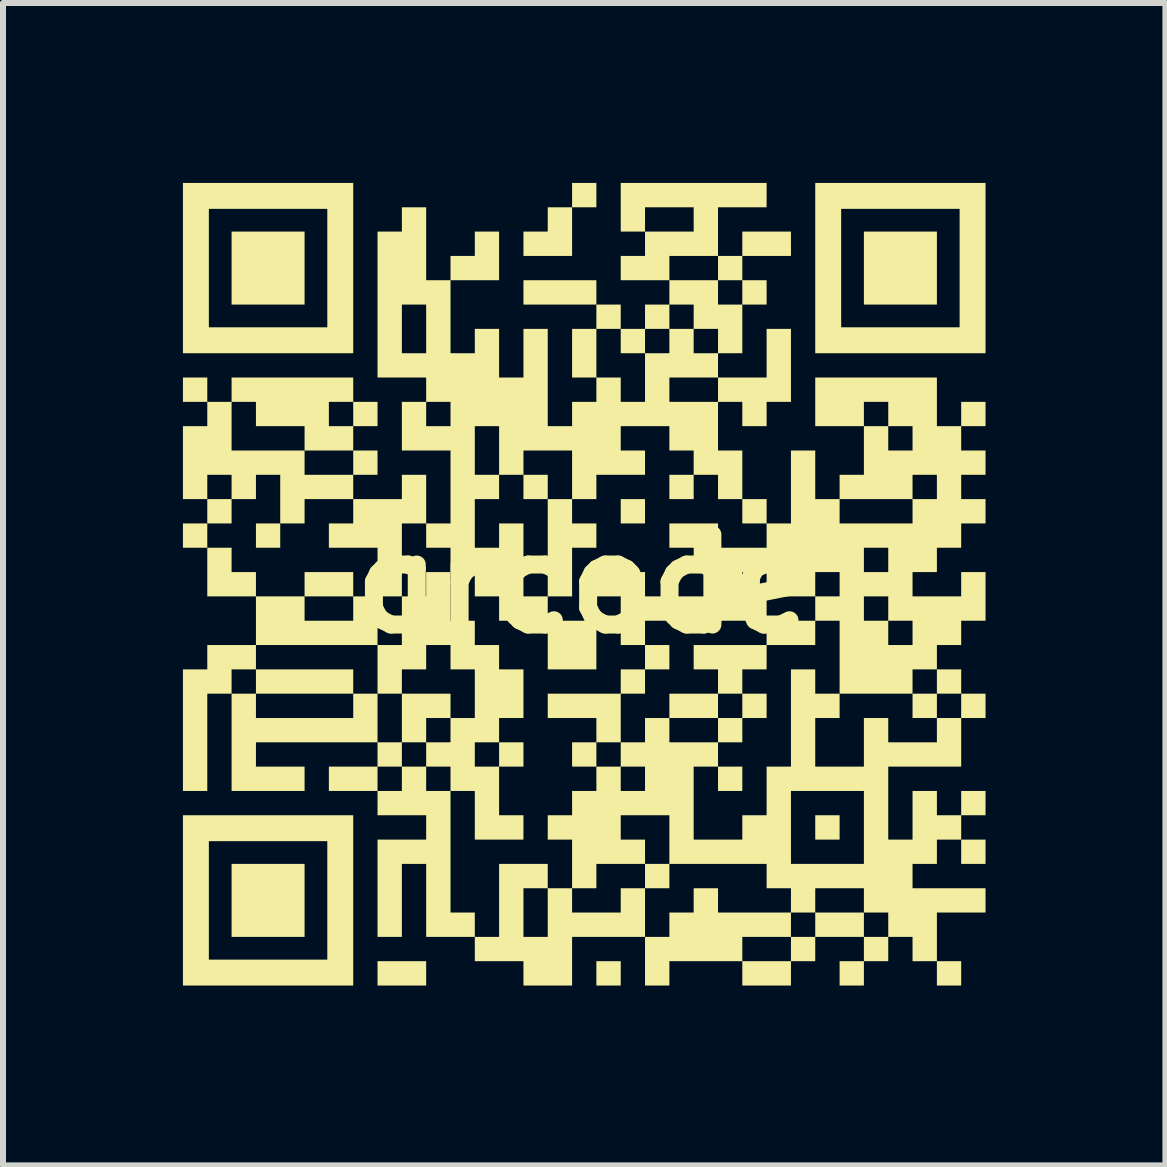
<source format=kicad_pcb>
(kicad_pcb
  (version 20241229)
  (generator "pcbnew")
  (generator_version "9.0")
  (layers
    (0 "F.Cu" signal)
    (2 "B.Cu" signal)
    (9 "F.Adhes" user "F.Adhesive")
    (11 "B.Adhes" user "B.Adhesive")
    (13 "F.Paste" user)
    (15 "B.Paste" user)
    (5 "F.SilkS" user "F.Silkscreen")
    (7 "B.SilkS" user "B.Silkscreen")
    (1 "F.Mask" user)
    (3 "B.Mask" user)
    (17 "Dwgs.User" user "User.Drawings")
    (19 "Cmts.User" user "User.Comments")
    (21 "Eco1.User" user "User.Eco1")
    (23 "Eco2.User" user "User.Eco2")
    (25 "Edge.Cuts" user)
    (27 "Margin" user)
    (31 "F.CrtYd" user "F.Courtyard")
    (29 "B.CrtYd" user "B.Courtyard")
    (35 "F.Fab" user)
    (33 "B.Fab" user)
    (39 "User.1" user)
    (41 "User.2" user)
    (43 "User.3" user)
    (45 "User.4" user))
  (footprint "qrcode"
    (layer "F.Cu")
    (at 6.684 6.684)
    (property "Reference" "qrcode" (at 0 0 0) (layer "F.SilkS") (effects (font (size 1.5 1.5) (thickness 0.3))))
    (attr board_only exclude_from_pos_files exclude_from_bom)
    (fp_poly (pts (xy -5.062 -0.804) (xy -5.062 -0.602) (xy -5.264 -0.602) (xy -5.467 -0.602) (xy -5.467 -0.804) (xy -5.467 -1.007) (xy -5.264 -1.007) (xy -5.062 -1.007)) (stroke (width 0) (type solid)) (fill yes) (layer "F.SilkS"))
    (fp_poly (pts (xy -4.656 -5.264) (xy -4.656 -4.656) (xy -5.264 -4.656) (xy -5.873 -4.656) (xy -5.873 -5.264) (xy -5.873 -5.873) (xy -5.264 -5.873) (xy -4.656 -5.873)) (stroke (width 0) (type solid)) (fill yes) (layer "F.SilkS"))
    (fp_poly (pts (xy -4.656 5.277) (xy -4.656 5.886) (xy -5.264 5.886) (xy -5.873 5.886) (xy -5.873 5.277) (xy -5.873 4.669) (xy -5.264 4.669) (xy -4.656 4.669)) (stroke (width 0) (type solid)) (fill yes) (layer "F.SilkS"))
    (fp_poly (pts (xy -3.845 0.007) (xy -3.845 0.209) (xy -4.251 0.209) (xy -4.656 0.209) (xy -4.656 0.007) (xy -4.656 -0.196) (xy -4.251 -0.196) (xy -3.845 -0.196)) (stroke (width 0) (type solid)) (fill yes) (layer "F.SilkS"))
    (fp_poly (pts (xy -3.845 1.628) (xy -3.845 1.831) (xy -4.656 1.831) (xy -5.467 1.831) (xy -5.467 1.628) (xy -5.467 1.426) (xy -4.656 1.426) (xy -3.845 1.426)) (stroke (width 0) (type solid)) (fill yes) (layer "F.SilkS"))
    (fp_poly (pts (xy -2.629 6.494) (xy -2.629 6.697) (xy -3.034 6.697) (xy -3.44 6.697) (xy -3.44 6.494) (xy -3.44 6.291) (xy -3.034 6.291) (xy -2.629 6.291)) (stroke (width 0) (type solid)) (fill yes) (layer "F.SilkS"))
    (fp_poly (pts (xy -0.602 -1.615) (xy -0.602 -1.413) (xy -0.804 -1.413) (xy -1.007 -1.413) (xy -1.007 -1.615) (xy -1.007 -1.818) (xy -0.804 -1.818) (xy -0.602 -1.818)) (stroke (width 0) (type solid)) (fill yes) (layer "F.SilkS"))
    (fp_poly (pts (xy 0.209 -4.859) (xy 0.209 -4.656) (xy -0.399 -4.656) (xy -1.007 -4.656) (xy -1.007 -4.859) (xy -1.007 -5.062) (xy -0.399 -5.062) (xy 0.209 -5.062)) (stroke (width 0) (type solid)) (fill yes) (layer "F.SilkS"))
    (fp_poly (pts (xy 0.209 1.02) (xy 0.209 1.426) (xy -0.196 1.426) (xy -0.602 1.426) (xy -0.602 1.02) (xy -0.602 0.615) (xy -0.196 0.615) (xy 0.209 0.615)) (stroke (width 0) (type solid)) (fill yes) (layer "F.SilkS"))
    (fp_poly (pts (xy 0.615 6.494) (xy 0.615 6.697) (xy 0.412 6.697) (xy 0.209 6.697) (xy 0.209 6.494) (xy 0.209 6.291) (xy 0.412 6.291) (xy 0.615 6.291)) (stroke (width 0) (type solid)) (fill yes) (layer "F.SilkS"))
    (fp_poly (pts (xy 1.02 -1.21) (xy 1.02 -1.007) (xy 0.817 -1.007) (xy 0.615 -1.007) (xy 0.615 -1.21) (xy 0.615 -1.413) (xy 0.817 -1.413) (xy 1.02 -1.413)) (stroke (width 0) (type solid)) (fill yes) (layer "F.SilkS"))
    (fp_poly (pts (xy 1.426 4.872) (xy 1.426 5.075) (xy 1.223 5.075) (xy 1.02 5.075) (xy 1.02 4.872) (xy 1.02 4.669) (xy 1.223 4.669) (xy 1.426 4.669)) (stroke (width 0) (type solid)) (fill yes) (layer "F.SilkS"))
    (fp_poly (pts (xy 1.831 -1.615) (xy 1.831 -1.413) (xy 1.628 -1.413) (xy 1.426 -1.413) (xy 1.426 -1.615) (xy 1.426 -1.818) (xy 1.628 -1.818) (xy 1.831 -1.818)) (stroke (width 0) (type solid)) (fill yes) (layer "F.SilkS"))
    (fp_poly (pts (xy 2.642 3.25) (xy 2.642 3.453) (xy 2.439 3.453) (xy 2.237 3.453) (xy 2.237 3.25) (xy 2.237 3.047) (xy 2.439 3.047) (xy 2.642 3.047)) (stroke (width 0) (type solid)) (fill yes) (layer "F.SilkS"))
    (fp_poly (pts (xy 4.264 4.061) (xy 4.264 4.264) (xy 4.061 4.264) (xy 3.858 4.264) (xy 3.858 4.061) (xy 3.858 3.858) (xy 4.061 3.858) (xy 4.264 3.858)) (stroke (width 0) (type solid)) (fill yes) (layer "F.SilkS"))
    (fp_poly (pts (xy 5.886 -5.264) (xy 5.886 -4.656) (xy 5.277 -4.656) (xy 4.669 -4.656) (xy 4.669 -5.264) (xy 4.669 -5.873) (xy 5.277 -5.873) (xy 5.886 -5.873)) (stroke (width 0) (type solid)) (fill yes) (layer "F.SilkS"))
    (fp_poly (pts (xy 5.886 2.034) (xy 5.886 2.237) (xy 5.683 2.237) (xy 5.48 2.237) (xy 5.48 2.034) (xy 5.48 1.831) (xy 5.683 1.831) (xy 5.886 1.831)) (stroke (width 0) (type solid)) (fill yes) (layer "F.SilkS"))
    (fp_poly (pts (xy 6.291 1.628) (xy 6.291 1.831) (xy 6.088 1.831) (xy 5.886 1.831) (xy 5.886 1.628) (xy 5.886 1.426) (xy 6.088 1.426) (xy 6.291 1.426)) (stroke (width 0) (type solid)) (fill yes) (layer "F.SilkS"))
    (fp_poly (pts (xy 6.291 6.494) (xy 6.291 6.697) (xy 6.088 6.697) (xy 5.886 6.697) (xy 5.886 6.494) (xy 5.886 6.291) (xy 6.088 6.291) (xy 6.291 6.291)) (stroke (width 0) (type solid)) (fill yes) (layer "F.SilkS"))
    (fp_poly (pts (xy 6.697 4.467) (xy 6.697 4.669) (xy 6.494 4.669) (xy 6.291 4.669) (xy 6.291 4.467) (xy 6.291 4.264) (xy 6.494 4.264) (xy 6.697 4.264)) (stroke (width 0) (type solid)) (fill yes) (layer "F.SilkS"))
    (fp_poly (pts (xy -5.873 -0.399) (xy -5.873 -0.196) (xy -5.67 -0.196) (xy -5.467 -0.196) (xy -5.467 0.007) (xy -5.467 0.209) (xy -5.873 0.209) (xy -6.278 0.209) (xy -6.278 -0.196) (xy -6.278 -0.602) (xy -6.075 -0.602) (xy -5.873 -0.602)) (stroke (width 0) (type solid)) (fill yes) (layer "F.SilkS"))
    (fp_poly (pts (xy -5.873 -1.21) (xy -5.873 -1.007) (xy -6.075 -1.007) (xy -6.278 -1.007) (xy -6.278 -0.804) (xy -6.278 -0.602) (xy -6.481 -0.602) (xy -6.684 -0.602) (xy -6.684 -0.804) (xy -6.684 -1.007) (xy -6.481 -1.007) (xy -6.278 -1.007) (xy -6.278 -1.21) (xy -6.278 -1.413) (xy -6.075 -1.413) (xy -5.873 -1.413)) (stroke (width 0) (type solid)) (fill yes) (layer "F.SilkS"))
    (fp_poly (pts (xy -0.196 -1.21) (xy -0.196 -1.007) (xy 0.007 -1.007) (xy 0.209 -1.007) (xy 0.209 -0.804) (xy 0.209 -0.602) (xy 0.007 -0.602) (xy -0.196 -0.602) (xy -0.196 -0.196) (xy -0.196 0.209) (xy -0.399 0.209) (xy -0.602 0.209) (xy -0.602 -0.602) (xy -0.602 -1.413) (xy -0.399 -1.413) (xy -0.196 -1.413)) (stroke (width 0) (type solid)) (fill yes) (layer "F.SilkS"))
    (fp_poly (pts (xy -3.845 -5.264) (xy -3.845 -3.845) (xy -5.264 -3.845) (xy -6.684 -3.845) (xy -6.684 -5.264) (xy -6.252 -5.264) (xy -6.252 -4.277) (xy -5.264 -4.277) (xy -4.277 -4.277) (xy -4.277 -5.264) (xy -4.277 -6.252) (xy -5.264 -6.252) (xy -6.252 -6.252) (xy -6.252 -5.264) (xy -6.684 -5.264) (xy -6.684 -6.684) (xy -5.264 -6.684) (xy -3.845 -6.684)) (stroke (width 0) (type solid)) (fill yes) (layer "F.SilkS"))
    (fp_poly (pts (xy -3.845 5.277) (xy -3.845 6.697) (xy -5.264 6.697) (xy -6.684 6.697) (xy -6.684 5.277) (xy -6.252 5.277) (xy -6.252 6.265) (xy -5.264 6.265) (xy -4.277 6.265) (xy -4.277 5.277) (xy -4.277 4.29) (xy -5.264 4.29) (xy -6.252 4.29) (xy -6.252 5.277) (xy -6.684 5.277) (xy -6.684 3.858) (xy -5.264 3.858) (xy -3.845 3.858)) (stroke (width 0) (type solid)) (fill yes) (layer "F.SilkS"))
    (fp_poly (pts (xy 6.697 -5.264) (xy 6.697 -3.845) (xy 5.277 -3.845) (xy 3.858 -3.845) (xy 3.858 -5.264) (xy 4.29 -5.264) (xy 4.29 -4.277) (xy 5.277 -4.277) (xy 6.265 -4.277) (xy 6.265 -5.264) (xy 6.265 -6.252) (xy 5.277 -6.252) (xy 4.29 -6.252) (xy 4.29 -5.264) (xy 3.858 -5.264) (xy 3.858 -6.684) (xy 5.277 -6.684) (xy 6.697 -6.684)) (stroke (width 0) (type solid)) (fill yes) (layer "F.SilkS"))
    (fp_poly (pts (xy 0.209 -6.481) (xy 0.209 -6.278) (xy 0.007 -6.278) (xy -0.196 -6.278) (xy -0.196 -5.873) (xy -0.196 -5.467) (xy -0.602 -5.467) (xy -1.007 -5.467) (xy -1.007 -5.67) (xy -1.007 -5.873) (xy -0.804 -5.873) (xy -0.602 -5.873) (xy -0.602 -6.075) (xy -0.602 -6.278) (xy -0.399 -6.278) (xy -0.196 -6.278) (xy -0.196 -6.481) (xy -0.196 -6.684) (xy 0.007 -6.684) (xy 0.209 -6.684)) (stroke (width 0) (type solid)) (fill yes) (layer "F.SilkS"))
    (fp_poly (pts (xy -5.467 2.034) (xy -5.467 2.237) (xy -4.656 2.237) (xy -3.845 2.237) (xy -3.845 2.034) (xy -3.845 1.831) (xy -3.643 1.831) (xy -3.44 1.831) (xy -3.44 2.237) (xy -3.44 2.642) (xy -4.454 2.642) (xy -5.467 2.642) (xy -5.467 2.845) (xy -5.467 3.047) (xy -5.062 3.047) (xy -4.656 3.047) (xy -4.656 3.25) (xy -4.656 3.453) (xy -5.264 3.453) (xy -5.873 3.453) (xy -5.873 2.642) (xy -5.873 1.831) (xy -5.67 1.831) (xy -5.467 1.831)) (stroke (width 0) (type solid)) (fill yes) (layer "F.SilkS"))
    (fp_poly (pts (xy -4.656 0.412) (xy -4.656 0.615) (xy -4.251 0.615) (xy -3.845 0.615) (xy -3.845 0.412) (xy -3.845 0.209) (xy -3.643 0.209) (xy -3.44 0.209) (xy -3.44 0.615) (xy -3.44 1.02) (xy -4.454 1.02) (xy -5.467 1.02) (xy -5.467 1.223) (xy -5.467 1.426) (xy -5.67 1.426) (xy -5.873 1.426) (xy -5.873 1.628) (xy -5.873 1.831) (xy -6.075 1.831) (xy -6.278 1.831) (xy -6.278 2.642) (xy -6.278 3.453) (xy -6.481 3.453) (xy -6.684 3.453) (xy -6.684 2.439) (xy -6.684 1.426) (xy -6.481 1.426) (xy -6.278 1.426) (xy -6.278 1.223) (xy -6.278 1.02) (xy -5.873 1.02) (xy -5.467 1.02) (xy -5.467 0.615) (xy -5.467 0.209) (xy -5.062 0.209) (xy -4.656 0.209)) (stroke (width 0) (type solid)) (fill yes) (layer "F.SilkS"))
    (fp_poly (pts (xy 1.426 1.223) (xy 1.426 1.426) (xy 1.223 1.426) (xy 1.02 1.426) (xy 1.02 1.628) (xy 1.02 1.831) (xy 0.817 1.831) (xy 0.615 1.831) (xy 0.615 2.237) (xy 0.615 2.642) (xy 0.412 2.642) (xy 0.209 2.642) (xy 0.209 2.845) (xy 0.209 3.047) (xy 0.007 3.047) (xy -0.196 3.047) (xy -0.196 2.845) (xy -0.196 2.642) (xy 0.007 2.642) (xy 0.209 2.642) (xy 0.209 2.439) (xy 0.209 2.237) (xy -0.196 2.237) (xy -0.602 2.237) (xy -0.602 2.034) (xy -0.602 1.831) (xy 0.007 1.831) (xy 0.615 1.831) (xy 0.615 1.628) (xy 0.615 1.426) (xy 0.817 1.426) (xy 1.02 1.426) (xy 1.02 1.223) (xy 1.02 1.02) (xy 1.223 1.02) (xy 1.426 1.02)) (stroke (width 0) (type solid)) (fill yes) (layer "F.SilkS"))
    (fp_poly (pts (xy 3.858 0.817) (xy 3.858 1.02) (xy 3.453 1.02) (xy 3.047 1.02) (xy 3.047 1.223) (xy 3.047 1.426) (xy 2.845 1.426) (xy 2.642 1.426) (xy 2.642 1.628) (xy 2.642 1.831) (xy 2.439 1.831) (xy 2.237 1.831) (xy 2.237 2.034) (xy 2.237 2.237) (xy 2.439 2.237) (xy 2.642 2.237) (xy 2.642 2.034) (xy 2.642 1.831) (xy 2.845 1.831) (xy 3.047 1.831) (xy 3.047 2.034) (xy 3.047 2.237) (xy 2.845 2.237) (xy 2.642 2.237) (xy 2.642 2.439) (xy 2.642 2.642) (xy 2.439 2.642) (xy 2.237 2.642) (xy 2.237 2.439) (xy 2.237 2.237) (xy 1.831 2.237) (xy 1.426 2.237) (xy 1.426 2.034) (xy 1.426 1.831) (xy 1.831 1.831) (xy 2.237 1.831) (xy 2.237 1.628) (xy 2.237 1.426) (xy 2.034 1.426) (xy 1.831 1.426) (xy 1.831 1.223) (xy 1.831 1.02) (xy 2.439 1.02) (xy 3.047 1.02) (xy 3.047 0.817) (xy 3.047 0.615) (xy 3.453 0.615) (xy 3.858 0.615)) (stroke (width 0) (type solid)) (fill yes) (layer "F.SilkS"))
    (fp_poly (pts (xy -2.223 0.209) (xy -2.223 0.615) (xy -2.021 0.615) (xy -1.818 0.615) (xy -1.818 0.817) (xy -1.818 1.02) (xy -1.615 1.02) (xy -1.413 1.02) (xy -1.413 1.223) (xy -1.413 1.426) (xy -1.21 1.426) (xy -1.007 1.426) (xy -1.007 1.831) (xy -1.007 2.237) (xy -1.21 2.237) (xy -1.413 2.237) (xy -1.413 2.439) (xy -1.413 2.642) (xy -1.615 2.642) (xy -1.818 2.642) (xy -1.818 2.845) (xy -1.818 3.047) (xy -1.615 3.047) (xy -1.413 3.047) (xy -1.413 2.845) (xy -1.413 2.642) (xy -1.21 2.642) (xy -1.007 2.642) (xy -1.007 2.845) (xy -1.007 3.047) (xy -1.21 3.047) (xy -1.413 3.047) (xy -1.413 3.453) (xy -1.413 3.858) (xy -1.21 3.858) (xy -1.007 3.858) (xy -1.007 4.061) (xy -1.007 4.264) (xy -1.413 4.264) (xy -1.818 4.264) (xy -1.818 3.858) (xy -1.818 3.453) (xy -2.021 3.453) (xy -2.223 3.453) (xy -2.223 3.25) (xy -2.223 3.047) (xy -2.426 3.047) (xy -2.629 3.047) (xy -2.629 2.845) (xy -2.629 2.642) (xy -2.832 2.642) (xy -3.034 2.642) (xy -3.034 2.237) (xy -3.034 1.831) (xy -2.629 1.831) (xy -2.223 1.831) (xy -2.223 2.034) (xy -2.223 2.237) (xy -2.426 2.237) (xy -2.629 2.237) (xy -2.629 2.439) (xy -2.629 2.642) (xy -2.426 2.642) (xy -2.223 2.642) (xy -2.223 2.439) (xy -2.223 2.237) (xy -2.021 2.237) (xy -1.818 2.237) (xy -1.818 1.831) (xy -1.818 1.426) (xy -2.021 1.426) (xy -2.223 1.426) (xy -2.223 1.223) (xy -2.223 1.02) (xy -2.426 1.02) (xy -2.629 1.02) (xy -2.629 1.223) (xy -2.629 1.426) (xy -2.832 1.426) (xy -3.034 1.426) (xy -3.034 1.628) (xy -3.034 1.831) (xy -3.237 1.831) (xy -3.44 1.831) (xy -3.44 1.426) (xy -3.44 1.02) (xy -3.237 1.02) (xy -3.034 1.02) (xy -3.034 0.615) (xy -3.034 0.209) (xy -2.832 0.209) (xy -2.629 0.209) (xy -2.629 0.007) (xy -2.629 -0.196) (xy -2.426 -0.196) (xy -2.223 -0.196)) (stroke (width 0) (type solid)) (fill yes) (layer "F.SilkS"))
    (fp_poly (pts (xy 5.886 -3.034) (xy 5.886 -2.629) (xy 6.088 -2.629) (xy 6.291 -2.629) (xy 6.291 -2.832) (xy 6.291 -3.034) (xy 6.494 -3.034) (xy 6.697 -3.034) (xy 6.697 -2.832) (xy 6.697 -2.629) (xy 6.494 -2.629) (xy 6.291 -2.629) (xy 6.291 -2.426) (xy 6.291 -2.223) (xy 6.494 -2.223) (xy 6.697 -2.223) (xy 6.697 -2.021) (xy 6.697 -1.818) (xy 6.494 -1.818) (xy 6.291 -1.818) (xy 6.291 -1.615) (xy 6.291 -1.413) (xy 6.494 -1.413) (xy 6.697 -1.413) (xy 6.697 -1.21) (xy 6.697 -1.007) (xy 6.494 -1.007) (xy 6.291 -1.007) (xy 6.291 -0.804) (xy 6.291 -0.602) (xy 6.088 -0.602) (xy 5.886 -0.602) (xy 5.886 -0.399) (xy 5.886 -0.196) (xy 5.683 -0.196) (xy 5.48 -0.196) (xy 5.48 0.007) (xy 5.48 0.209) (xy 5.886 0.209) (xy 6.291 0.209) (xy 6.291 0.007) (xy 6.291 -0.196) (xy 6.494 -0.196) (xy 6.697 -0.196) (xy 6.697 0.209) (xy 6.697 0.615) (xy 6.494 0.615) (xy 6.291 0.615) (xy 6.291 0.817) (xy 6.291 1.02) (xy 6.088 1.02) (xy 5.886 1.02) (xy 5.886 1.223) (xy 5.886 1.426) (xy 5.683 1.426) (xy 5.48 1.426) (xy 5.48 1.628) (xy 5.48 1.831) (xy 4.872 1.831) (xy 4.264 1.831) (xy 4.264 1.223) (xy 4.264 0.817) (xy 5.075 0.817) (xy 5.075 1.02) (xy 5.277 1.02) (xy 5.48 1.02) (xy 5.48 0.817) (xy 5.48 0.615) (xy 5.277 0.615) (xy 5.075 0.615) (xy 5.075 0.817) (xy 4.264 0.817) (xy 4.264 0.615) (xy 4.061 0.615) (xy 3.858 0.615) (xy 3.858 0.412) (xy 4.669 0.412) (xy 4.669 0.615) (xy 4.872 0.615) (xy 5.075 0.615) (xy 5.075 0.412) (xy 5.075 0.209) (xy 4.872 0.209) (xy 4.669 0.209) (xy 4.669 0.412) (xy 3.858 0.412) (xy 3.858 0.209) (xy 4.061 0.209) (xy 4.264 0.209) (xy 4.264 0.007) (xy 4.264 -0.196) (xy 4.061 -0.196) (xy 3.858 -0.196) (xy 3.858 0.007) (xy 3.858 0.209) (xy 3.453 0.209) (xy 3.047 0.209) (xy 3.047 0.007) (xy 3.047 -0.196) (xy 2.845 -0.196) (xy 2.642 -0.196) (xy 2.642 0.007) (xy 2.642 0.209) (xy 2.845 0.209) (xy 3.047 0.209) (xy 3.047 0.412) (xy 3.047 0.615) (xy 2.034 0.615) (xy 1.02 0.615) (xy 1.02 0.817) (xy 1.02 1.02) (xy 0.817 1.02) (xy 0.615 1.02) (xy 0.615 0.615) (xy 0.615 0.209) (xy 0.412 0.209) (xy 0.209 0.209) (xy 0.209 0.007) (xy 0.209 -0.196) (xy 0.615 -0.196) (xy 1.02 -0.196) (xy 1.02 0.007) (xy 1.02 0.209) (xy 1.628 0.209) (xy 2.237 0.209) (xy 2.237 0.007) (xy 2.237 -0.196) (xy 2.034 -0.196) (xy 1.831 -0.196) (xy 1.831 -0.399) (xy 4.669 -0.399) (xy 4.669 -0.196) (xy 4.872 -0.196) (xy 5.075 -0.196) (xy 5.075 -0.399) (xy 5.075 -0.602) (xy 4.872 -0.602) (xy 4.669 -0.602) (xy 4.669 -0.399) (xy 1.831 -0.399) (xy 1.831 -0.602) (xy 1.628 -0.602) (xy 1.426 -0.602) (xy 1.426 -0.804) (xy 1.426 -1.007) (xy 1.831 -1.007) (xy 2.237 -1.007) (xy 2.237 -0.804) (xy 2.237 -0.602) (xy 2.642 -0.602) (xy 3.047 -0.602) (xy 3.047 -0.804) (xy 3.047 -1.007) (xy 2.845 -1.007) (xy 2.642 -1.007) (xy 2.642 -1.21) (xy 2.642 -1.413) (xy 2.845 -1.413) (xy 3.047 -1.413) (xy 3.047 -1.21) (xy 3.047 -1.007) (xy 3.25 -1.007) (xy 3.453 -1.007) (xy 3.453 -1.615) (xy 3.453 -2.223) (xy 3.656 -2.223) (xy 3.858 -2.223) (xy 3.858 -1.818) (xy 3.858 -1.413) (xy 4.061 -1.413) (xy 4.264 -1.413) (xy 4.264 -1.21) (xy 4.264 -1.007) (xy 4.872 -1.007) (xy 5.48 -1.007) (xy 5.48 -1.21) (xy 5.48 -1.413) (xy 5.683 -1.413) (xy 5.886 -1.413) (xy 5.886 -1.615) (xy 5.886 -1.818) (xy 5.683 -1.818) (xy 5.48 -1.818) (xy 5.48 -1.615) (xy 5.48 -1.413) (xy 4.872 -1.413) (xy 4.264 -1.413) (xy 4.264 -1.615) (xy 4.264 -1.818) (xy 4.467 -1.818) (xy 4.669 -1.818) (xy 4.669 -2.223) (xy 4.669 -2.426) (xy 5.075 -2.426) (xy 5.075 -2.223) (xy 5.277 -2.223) (xy 5.48 -2.223) (xy 5.48 -2.426) (xy 5.48 -2.629) (xy 5.277 -2.629) (xy 5.075 -2.629) (xy 5.075 -2.426) (xy 4.669 -2.426) (xy 4.669 -2.629) (xy 4.264 -2.629) (xy 3.858 -2.629) (xy 3.858 -2.832) (xy 4.669 -2.832) (xy 4.669 -2.629) (xy 4.872 -2.629) (xy 5.075 -2.629) (xy 5.075 -2.832) (xy 5.075 -3.034) (xy 4.872 -3.034) (xy 4.669 -3.034) (xy 4.669 -2.832) (xy 3.858 -2.832) (xy 3.858 -3.034) (xy 3.858 -3.44) (xy 4.872 -3.44) (xy 5.886 -3.44)) (stroke (width 0) (type solid)) (fill yes) (layer "F.SilkS"))
    (fp_poly (pts (xy 3.858 1.628) (xy 3.858 1.831) (xy 4.061 1.831) (xy 4.264 1.831) (xy 4.264 2.034) (xy 4.264 2.237) (xy 4.061 2.237) (xy 3.858 2.237) (xy 3.858 2.642) (xy 3.858 3.047) (xy 4.264 3.047) (xy 4.669 3.047) (xy 4.669 2.642) (xy 4.669 2.237) (xy 4.872 2.237) (xy 5.075 2.237) (xy 5.075 2.439) (xy 5.075 2.642) (xy 5.48 2.642) (xy 5.886 2.642) (xy 5.886 2.439) (xy 5.886 2.237) (xy 6.088 2.237) (xy 6.291 2.237) (xy 6.291 2.034) (xy 6.291 1.831) (xy 6.494 1.831) (xy 6.697 1.831) (xy 6.697 2.034) (xy 6.697 2.237) (xy 6.494 2.237) (xy 6.291 2.237) (xy 6.291 2.642) (xy 6.291 3.047) (xy 5.683 3.047) (xy 5.075 3.047) (xy 5.075 3.656) (xy 5.075 4.264) (xy 5.277 4.264) (xy 5.48 4.264) (xy 5.48 3.858) (xy 5.48 3.453) (xy 5.683 3.453) (xy 5.886 3.453) (xy 5.886 3.656) (xy 5.886 3.858) (xy 6.088 3.858) (xy 6.291 3.858) (xy 6.291 3.656) (xy 6.291 3.453) (xy 6.494 3.453) (xy 6.697 3.453) (xy 6.697 3.656) (xy 6.697 3.858) (xy 6.494 3.858) (xy 6.291 3.858) (xy 6.291 4.061) (xy 6.291 4.264) (xy 6.088 4.264) (xy 5.886 4.264) (xy 5.886 4.467) (xy 5.886 4.669) (xy 5.683 4.669) (xy 5.48 4.669) (xy 5.48 4.872) (xy 5.48 5.075) (xy 6.088 5.075) (xy 6.697 5.075) (xy 6.697 5.277) (xy 6.697 5.48) (xy 6.291 5.48) (xy 5.886 5.48) (xy 5.886 5.886) (xy 5.886 6.291) (xy 5.683 6.291) (xy 5.48 6.291) (xy 5.48 6.088) (xy 5.48 5.886) (xy 5.277 5.886) (xy 5.075 5.886) (xy 5.075 6.088) (xy 5.075 6.291) (xy 4.872 6.291) (xy 4.669 6.291) (xy 4.669 6.494) (xy 4.669 6.697) (xy 4.467 6.697) (xy 4.264 6.697) (xy 4.264 6.494) (xy 4.264 6.291) (xy 4.467 6.291) (xy 4.669 6.291) (xy 4.669 6.088) (xy 4.669 5.886) (xy 4.264 5.886) (xy 3.858 5.886) (xy 3.858 6.088) (xy 3.858 6.291) (xy 3.656 6.291) (xy 3.453 6.291) (xy 3.453 6.494) (xy 3.453 6.697) (xy 3.047 6.697) (xy 2.642 6.697) (xy 2.642 6.494) (xy 2.642 6.291) (xy 2.034 6.291) (xy 1.426 6.291) (xy 1.426 6.494) (xy 1.426 6.697) (xy 1.223 6.697) (xy 1.02 6.697) (xy 1.02 6.291) (xy 1.02 5.886) (xy 0.412 5.886) (xy -0.196 5.886) (xy -0.196 6.291) (xy -0.196 6.697) (xy -0.602 6.697) (xy -1.007 6.697) (xy -1.007 6.494) (xy -1.007 6.291) (xy -1.413 6.291) (xy -1.818 6.291) (xy -1.818 6.088) (xy -1.818 5.886) (xy -2.223 5.886) (xy -2.629 5.886) (xy -2.629 5.277) (xy -2.629 4.669) (xy -2.832 4.669) (xy -3.034 4.669) (xy -3.034 5.277) (xy -3.034 5.886) (xy -3.237 5.886) (xy -3.44 5.886) (xy -3.44 5.075) (xy -3.44 4.264) (xy -3.034 4.264) (xy -2.629 4.264) (xy -2.629 4.061) (xy -2.629 3.858) (xy -3.034 3.858) (xy -3.44 3.858) (xy -3.44 3.656) (xy -3.44 3.453) (xy -3.845 3.453) (xy -4.251 3.453) (xy -4.251 3.25) (xy -4.251 3.047) (xy -3.845 3.047) (xy -3.44 3.047) (xy -3.44 2.845) (xy -3.44 2.642) (xy -3.237 2.642) (xy -3.034 2.642) (xy -3.034 2.845) (xy -3.034 3.047) (xy -3.237 3.047) (xy -3.44 3.047) (xy -3.44 3.25) (xy -3.44 3.453) (xy -3.237 3.453) (xy -3.034 3.453) (xy -3.034 3.25) (xy -3.034 3.047) (xy -2.832 3.047) (xy -2.629 3.047) (xy -2.629 3.25) (xy -2.629 3.453) (xy -2.426 3.453) (xy -2.223 3.453) (xy -2.223 4.467) (xy -2.223 5.48) (xy -2.021 5.48) (xy -1.818 5.48) (xy -1.818 5.683) (xy -1.818 5.886) (xy -1.615 5.886) (xy -1.413 5.886) (xy -1.413 5.277) (xy -1.413 4.669) (xy -1.007 4.669) (xy -0.602 4.669) (xy -0.602 4.872) (xy -0.602 5.075) (xy -0.804 5.075) (xy -1.007 5.075) (xy -1.007 5.48) (xy -1.007 5.886) (xy -0.804 5.886) (xy -0.602 5.886) (xy -0.602 5.48) (xy -0.602 5.075) (xy -0.399 5.075) (xy -0.196 5.075) (xy -0.196 5.277) (xy -0.196 5.48) (xy 0.209 5.48) (xy 0.615 5.48) (xy 0.615 5.277) (xy 0.615 5.075) (xy 0.817 5.075) (xy 1.02 5.075) (xy 1.02 5.48) (xy 1.02 5.886) (xy 1.223 5.886) (xy 1.426 5.886) (xy 1.426 5.683) (xy 1.426 5.48) (xy 1.628 5.48) (xy 1.831 5.48) (xy 1.831 5.277) (xy 1.831 5.075) (xy 2.034 5.075) (xy 2.237 5.075) (xy 2.237 5.277) (xy 2.237 5.48) (xy 2.845 5.48) (xy 3.453 5.48) (xy 3.453 5.683) (xy 3.453 5.886) (xy 3.047 5.886) (xy 2.642 5.886) (xy 2.642 6.088) (xy 2.642 6.291) (xy 3.047 6.291) (xy 3.453 6.291) (xy 3.453 6.088) (xy 3.453 5.886) (xy 3.656 5.886) (xy 3.858 5.886) (xy 3.858 5.683) (xy 4.669 5.683) (xy 4.669 5.886) (xy 4.872 5.886) (xy 5.075 5.886) (xy 5.075 5.683) (xy 5.075 5.48) (xy 4.872 5.48) (xy 4.669 5.48) (xy 4.669 5.683) (xy 3.858 5.683) (xy 3.858 5.48) (xy 4.264 5.48) (xy 4.669 5.48) (xy 4.669 5.277) (xy 4.669 5.075) (xy 4.264 5.075) (xy 3.858 5.075) (xy 3.858 5.277) (xy 3.858 5.48) (xy 3.656 5.48) (xy 3.453 5.48) (xy 3.453 5.277) (xy 3.453 5.075) (xy 3.25 5.075) (xy 3.047 5.075) (xy 3.047 4.872) (xy 3.047 4.669) (xy 2.237 4.669) (xy 1.426 4.669) (xy 1.426 4.264) (xy 1.426 3.858) (xy 1.02 3.858) (xy 0.615 3.858) (xy 0.615 4.061) (xy 0.615 4.264) (xy 0.817 4.264) (xy 1.02 4.264) (xy 1.02 4.467) (xy 1.02 4.669) (xy 0.615 4.669) (xy 0.209 4.669) (xy 0.209 4.872) (xy 0.209 5.075) (xy 0.007 5.075) (xy -0.196 5.075) (xy -0.196 4.669) (xy -0.196 4.264) (xy -0.399 4.264) (xy -0.602 4.264) (xy -0.602 4.061) (xy -0.602 3.858) (xy -0.399 3.858) (xy -0.196 3.858) (xy -0.196 3.656) (xy -0.196 3.453) (xy 0.007 3.453) (xy 0.209 3.453) (xy 0.209 3.25) (xy 0.615 3.25) (xy 0.615 3.453) (xy 0.817 3.453) (xy 1.02 3.453) (xy 1.02 3.25) (xy 1.02 3.047) (xy 0.817 3.047) (xy 0.615 3.047) (xy 0.615 3.25) (xy 0.209 3.25) (xy 0.209 3.047) (xy 0.412 3.047) (xy 0.615 3.047) (xy 0.615 2.845) (xy 0.615 2.642) (xy 0.817 2.642) (xy 1.02 2.642) (xy 1.02 2.439) (xy 1.02 2.237) (xy 1.223 2.237) (xy 1.426 2.237) (xy 1.426 2.439) (xy 1.426 2.642) (xy 1.831 2.642) (xy 2.237 2.642) (xy 2.237 2.845) (xy 2.237 3.047) (xy 2.034 3.047) (xy 1.831 3.047) (xy 1.831 3.656) (xy 1.831 4.264) (xy 2.237 4.264) (xy 2.642 4.264) (xy 2.642 4.061) (xy 3.453 4.061) (xy 3.453 4.669) (xy 4.061 4.669) (xy 4.669 4.669) (xy 4.669 4.061) (xy 4.669 3.453) (xy 4.061 3.453) (xy 3.453 3.453) (xy 3.453 4.061) (xy 2.642 4.061) (xy 2.642 3.858) (xy 2.845 3.858) (xy 3.047 3.858) (xy 3.047 3.453) (xy 3.047 3.047) (xy 3.25 3.047) (xy 3.453 3.047) (xy 3.453 2.237) (xy 3.453 1.426) (xy 3.656 1.426) (xy 3.858 1.426)) (stroke (width 0) (type solid)) (fill yes) (layer "F.SilkS"))
    (fp_poly (pts (xy 3.047 -6.481) (xy 3.047 -6.278) (xy 2.642 -6.278) (xy 2.237 -6.278) (xy 2.237 -5.873) (xy 2.237 -5.467) (xy 2.439 -5.467) (xy 2.642 -5.467) (xy 2.642 -5.67) (xy 2.642 -5.873) (xy 3.047 -5.873) (xy 3.453 -5.873) (xy 3.453 -5.67) (xy 3.453 -5.467) (xy 3.047 -5.467) (xy 2.642 -5.467) (xy 2.642 -5.264) (xy 2.642 -5.062) (xy 2.439 -5.062) (xy 2.237 -5.062) (xy 2.237 -4.859) (xy 2.237 -4.656) (xy 2.439 -4.656) (xy 2.642 -4.656) (xy 2.642 -4.859) (xy 2.642 -5.062) (xy 2.845 -5.062) (xy 3.047 -5.062) (xy 3.047 -4.859) (xy 3.047 -4.656) (xy 2.845 -4.656) (xy 2.642 -4.656) (xy 2.642 -4.251) (xy 2.642 -3.845) (xy 2.439 -3.845) (xy 2.237 -3.845) (xy 2.237 -3.643) (xy 2.237 -3.44) (xy 2.642 -3.44) (xy 3.047 -3.44) (xy 3.047 -3.845) (xy 3.047 -4.251) (xy 3.25 -4.251) (xy 3.453 -4.251) (xy 3.453 -3.643) (xy 3.453 -3.034) (xy 3.25 -3.034) (xy 3.047 -3.034) (xy 3.047 -2.832) (xy 3.047 -2.629) (xy 2.845 -2.629) (xy 2.642 -2.629) (xy 2.642 -2.832) (xy 2.642 -3.034) (xy 2.439 -3.034) (xy 2.237 -3.034) (xy 2.237 -2.629) (xy 2.237 -2.223) (xy 2.439 -2.223) (xy 2.642 -2.223) (xy 2.642 -1.818) (xy 2.642 -1.413) (xy 2.439 -1.413) (xy 2.237 -1.413) (xy 2.237 -1.615) (xy 2.237 -1.818) (xy 2.034 -1.818) (xy 1.831 -1.818) (xy 1.831 -2.021) (xy 1.831 -2.223) (xy 1.628 -2.223) (xy 1.426 -2.223) (xy 1.426 -2.426) (xy 1.426 -2.629) (xy 1.02 -2.629) (xy 0.615 -2.629) (xy 0.615 -2.426) (xy 0.615 -2.223) (xy 0.817 -2.223) (xy 1.02 -2.223) (xy 1.02 -2.021) (xy 1.02 -1.818) (xy 0.615 -1.818) (xy 0.209 -1.818) (xy 0.209 -1.615) (xy 0.209 -1.413) (xy 0.007 -1.413) (xy -0.196 -1.413) (xy -0.196 -1.818) (xy -0.196 -2.223) (xy -0.602 -2.223) (xy -1.007 -2.223) (xy -1.007 -2.021) (xy -1.007 -1.818) (xy -1.21 -1.818) (xy -1.413 -1.818) (xy -1.413 -2.223) (xy -1.413 -2.629) (xy -1.615 -2.629) (xy -1.818 -2.629) (xy -1.818 -2.223) (xy -1.818 -1.818) (xy -1.615 -1.818) (xy -1.413 -1.818) (xy -1.413 -1.615) (xy -1.413 -1.413) (xy -1.615 -1.413) (xy -1.818 -1.413) (xy -1.818 -1.007) (xy -1.818 -0.602) (xy -1.615 -0.602) (xy -1.413 -0.602) (xy -1.413 -0.804) (xy -1.413 -1.007) (xy -1.21 -1.007) (xy -1.007 -1.007) (xy -1.007 -0.399) (xy -1.007 0.209) (xy -0.804 0.209) (xy -0.602 0.209) (xy -0.602 0.412) (xy -0.602 0.615) (xy -1.007 0.615) (xy -1.413 0.615) (xy -1.413 0.412) (xy -1.413 0.209) (xy -1.615 0.209) (xy -1.818 0.209) (xy -1.818 0.007) (xy -1.818 -0.196) (xy -2.021 -0.196) (xy -2.223 -0.196) (xy -2.223 -0.399) (xy -2.223 -0.602) (xy -2.426 -0.602) (xy -2.629 -0.602) (xy -2.629 -0.804) (xy -2.629 -1.007) (xy -2.832 -1.007) (xy -3.034 -1.007) (xy -3.034 -0.399) (xy -3.034 0.209) (xy -3.237 0.209) (xy -3.44 0.209) (xy -3.44 -0.196) (xy -3.44 -0.602) (xy -3.845 -0.602) (xy -4.251 -0.602) (xy -4.251 -0.804) (xy -4.251 -1.007) (xy -4.048 -1.007) (xy -3.845 -1.007) (xy -3.845 -1.21) (xy -3.845 -1.413) (xy -4.251 -1.413) (xy -4.656 -1.413) (xy -4.656 -1.21) (xy -4.656 -1.007) (xy -4.859 -1.007) (xy -5.062 -1.007) (xy -5.062 -1.413) (xy -5.062 -1.818) (xy -5.264 -1.818) (xy -5.467 -1.818) (xy -5.467 -1.615) (xy -5.467 -1.413) (xy -5.67 -1.413) (xy -5.873 -1.413) (xy -5.873 -1.615) (xy -5.873 -1.818) (xy -6.075 -1.818) (xy -6.278 -1.818) (xy -6.278 -1.615) (xy -6.278 -1.413) (xy -6.481 -1.413) (xy -6.684 -1.413) (xy -6.684 -2.021) (xy -6.684 -2.629) (xy -6.481 -2.629) (xy -6.278 -2.629) (xy -5.873 -2.629) (xy -5.873 -2.223) (xy -5.264 -2.223) (xy -4.656 -2.223) (xy -4.656 -2.426) (xy -4.656 -2.629) (xy -5.062 -2.629) (xy -5.467 -2.629) (xy -5.467 -2.832) (xy -5.467 -3.034) (xy -5.67 -3.034) (xy -5.873 -3.034) (xy -5.873 -2.629) (xy -6.278 -2.629) (xy -6.278 -2.832) (xy -6.278 -3.034) (xy -6.481 -3.034) (xy -6.684 -3.034) (xy -6.684 -3.237) (xy -6.684 -3.44) (xy -6.481 -3.44) (xy -6.278 -3.44) (xy -6.278 -3.237) (xy -6.278 -3.034) (xy -6.075 -3.034) (xy -5.873 -3.034) (xy -5.873 -3.237) (xy -5.873 -3.44) (xy -4.859 -3.44) (xy -3.845 -3.44) (xy -3.845 -3.237) (xy -3.845 -3.034) (xy -4.048 -3.034) (xy -4.251 -3.034) (xy -4.251 -2.832) (xy -4.251 -2.629) (xy -4.048 -2.629) (xy -3.845 -2.629) (xy -3.845 -2.832) (xy -3.845 -3.034) (xy -3.643 -3.034) (xy -3.44 -3.034) (xy -3.44 -2.832) (xy -3.44 -2.629) (xy -3.643 -2.629) (xy -3.845 -2.629) (xy -3.845 -2.426) (xy -3.845 -2.223) (xy -4.251 -2.223) (xy -4.656 -2.223) (xy -4.656 -2.021) (xy -4.656 -1.818) (xy -4.251 -1.818) (xy -3.845 -1.818) (xy -3.845 -2.021) (xy -3.845 -2.223) (xy -3.643 -2.223) (xy -3.44 -2.223) (xy -3.44 -2.021) (xy -3.44 -1.818) (xy -3.643 -1.818) (xy -3.845 -1.818) (xy -3.845 -1.615) (xy -3.845 -1.413) (xy -3.44 -1.413) (xy -3.034 -1.413) (xy -3.034 -1.615) (xy -3.034 -1.818) (xy -2.832 -1.818) (xy -2.629 -1.818) (xy -2.629 -1.413) (xy -2.629 -1.007) (xy -2.426 -1.007) (xy -2.223 -1.007) (xy -2.223 -1.615) (xy -2.223 -2.223) (xy -2.629 -2.223) (xy -3.034 -2.223) (xy -3.034 -2.629) (xy -3.034 -2.832) (xy -2.629 -2.832) (xy -2.629 -2.629) (xy -2.426 -2.629) (xy -2.223 -2.629) (xy -2.223 -2.832) (xy -2.223 -3.034) (xy -2.426 -3.034) (xy -2.629 -3.034) (xy -2.629 -2.832) (xy -3.034 -2.832) (xy -3.034 -3.034) (xy -2.832 -3.034) (xy -2.629 -3.034) (xy -2.629 -3.237) (xy -2.629 -3.44) (xy -3.034 -3.44) (xy -3.44 -3.44) (xy -3.44 -4.251) (xy -3.034 -4.251) (xy -3.034 -3.845) (xy -2.832 -3.845) (xy -2.629 -3.845) (xy -2.629 -4.251) (xy -2.629 -4.656) (xy -2.832 -4.656) (xy -3.034 -4.656) (xy -3.034 -4.251) (xy -3.44 -4.251) (xy -3.44 -4.656) (xy -3.44 -5.873) (xy -3.237 -5.873) (xy -3.034 -5.873) (xy -3.034 -6.075) (xy -3.034 -6.278) (xy -2.832 -6.278) (xy -2.629 -6.278) (xy -2.629 -5.67) (xy -2.629 -5.062) (xy -2.426 -5.062) (xy -2.223 -5.062) (xy -2.223 -5.264) (xy -2.223 -5.467) (xy -2.021 -5.467) (xy -1.818 -5.467) (xy -1.818 -5.67) (xy -1.818 -5.873) (xy -1.615 -5.873) (xy -1.413 -5.873) (xy -1.413 -5.467) (xy -1.413 -5.062) (xy -1.818 -5.062) (xy -2.223 -5.062) (xy -2.223 -4.454) (xy -2.223 -3.845) (xy -2.021 -3.845) (xy -1.818 -3.845) (xy -1.818 -4.048) (xy -1.818 -4.251) (xy -1.615 -4.251) (xy -1.413 -4.251) (xy -1.413 -3.845) (xy -1.413 -3.44) (xy -1.21 -3.44) (xy -1.007 -3.44) (xy -1.007 -3.845) (xy -1.007 -4.251) (xy -0.804 -4.251) (xy -0.602 -4.251) (xy -0.602 -3.44) (xy -0.602 -2.629) (xy -0.399 -2.629) (xy -0.196 -2.629) (xy -0.196 -2.832) (xy -0.196 -3.034) (xy 0.007 -3.034) (xy 0.209 -3.034) (xy 0.209 -3.237) (xy 0.209 -3.44) (xy 0.412 -3.44) (xy 0.615 -3.44) (xy 0.615 -3.237) (xy 0.615 -3.034) (xy 0.817 -3.034) (xy 1.02 -3.034) (xy 1.02 -3.237) (xy 1.426 -3.237) (xy 1.426 -3.034) (xy 1.831 -3.034) (xy 2.237 -3.034) (xy 2.237 -3.237) (xy 2.237 -3.44) (xy 1.831 -3.44) (xy 1.426 -3.44) (xy 1.426 -3.237) (xy 1.02 -3.237) (xy 1.02 -3.44) (xy 1.02 -3.845) (xy 1.223 -3.845) (xy 1.426 -3.845) (xy 1.426 -4.048) (xy 1.831 -4.048) (xy 1.831 -3.845) (xy 2.034 -3.845) (xy 2.237 -3.845) (xy 2.237 -4.048) (xy 2.237 -4.251) (xy 2.034 -4.251) (xy 1.831 -4.251) (xy 1.831 -4.048) (xy 1.426 -4.048) (xy 1.426 -4.251) (xy 1.628 -4.251) (xy 1.831 -4.251) (xy 1.831 -4.454) (xy 1.831 -4.656) (xy 1.628 -4.656) (xy 1.426 -4.656) (xy 1.426 -4.454) (xy 1.426 -4.251) (xy 1.223 -4.251) (xy 1.02 -4.251) (xy 1.02 -4.048) (xy 1.02 -3.845) (xy 0.817 -3.845) (xy 0.615 -3.845) (xy 0.615 -4.048) (xy 0.615 -4.251) (xy 0.412 -4.251) (xy 0.209 -4.251) (xy 0.209 -3.845) (xy 0.209 -3.44) (xy 0.007 -3.44) (xy -0.196 -3.44) (xy -0.196 -3.845) (xy -0.196 -4.251) (xy 0.007 -4.251) (xy 0.209 -4.251) (xy 0.209 -4.454) (xy 0.209 -4.656) (xy 0.412 -4.656) (xy 0.615 -4.656) (xy 0.615 -4.454) (xy 0.615 -4.251) (xy 0.817 -4.251) (xy 1.02 -4.251) (xy 1.02 -4.454) (xy 1.02 -4.656) (xy 1.223 -4.656) (xy 1.426 -4.656) (xy 1.426 -4.859) (xy 1.426 -5.062) (xy 1.02 -5.062) (xy 0.615 -5.062) (xy 0.615 -5.264) (xy 1.426 -5.264) (xy 1.426 -5.062) (xy 1.831 -5.062) (xy 2.237 -5.062) (xy 2.237 -5.264) (xy 2.237 -5.467) (xy 1.831 -5.467) (xy 1.426 -5.467) (xy 1.426 -5.264) (xy 0.615 -5.264) (xy 0.615 -5.467) (xy 0.817 -5.467) (xy 1.02 -5.467) (xy 1.02 -5.67) (xy 1.02 -5.873) (xy 0.817 -5.873) (xy 0.615 -5.873) (xy 0.615 -6.075) (xy 1.02 -6.075) (xy 1.02 -5.873) (xy 1.426 -5.873) (xy 1.831 -5.873) (xy 1.831 -6.075) (xy 1.831 -6.278) (xy 1.426 -6.278) (xy 1.02 -6.278) (xy 1.02 -6.075) (xy 0.615 -6.075) (xy 0.615 -6.278) (xy 0.615 -6.684) (xy 1.831 -6.684) (xy 3.047 -6.684)) (stroke (width 0) (type solid)) (fill yes) (layer "F.SilkS")))
  (gr_rect
    (start -3 -3)
    (end 16.38 16.38)
    (stroke (width 0.1) (type default))
    (fill no)
    (layer "Edge.Cuts")))
</source>
